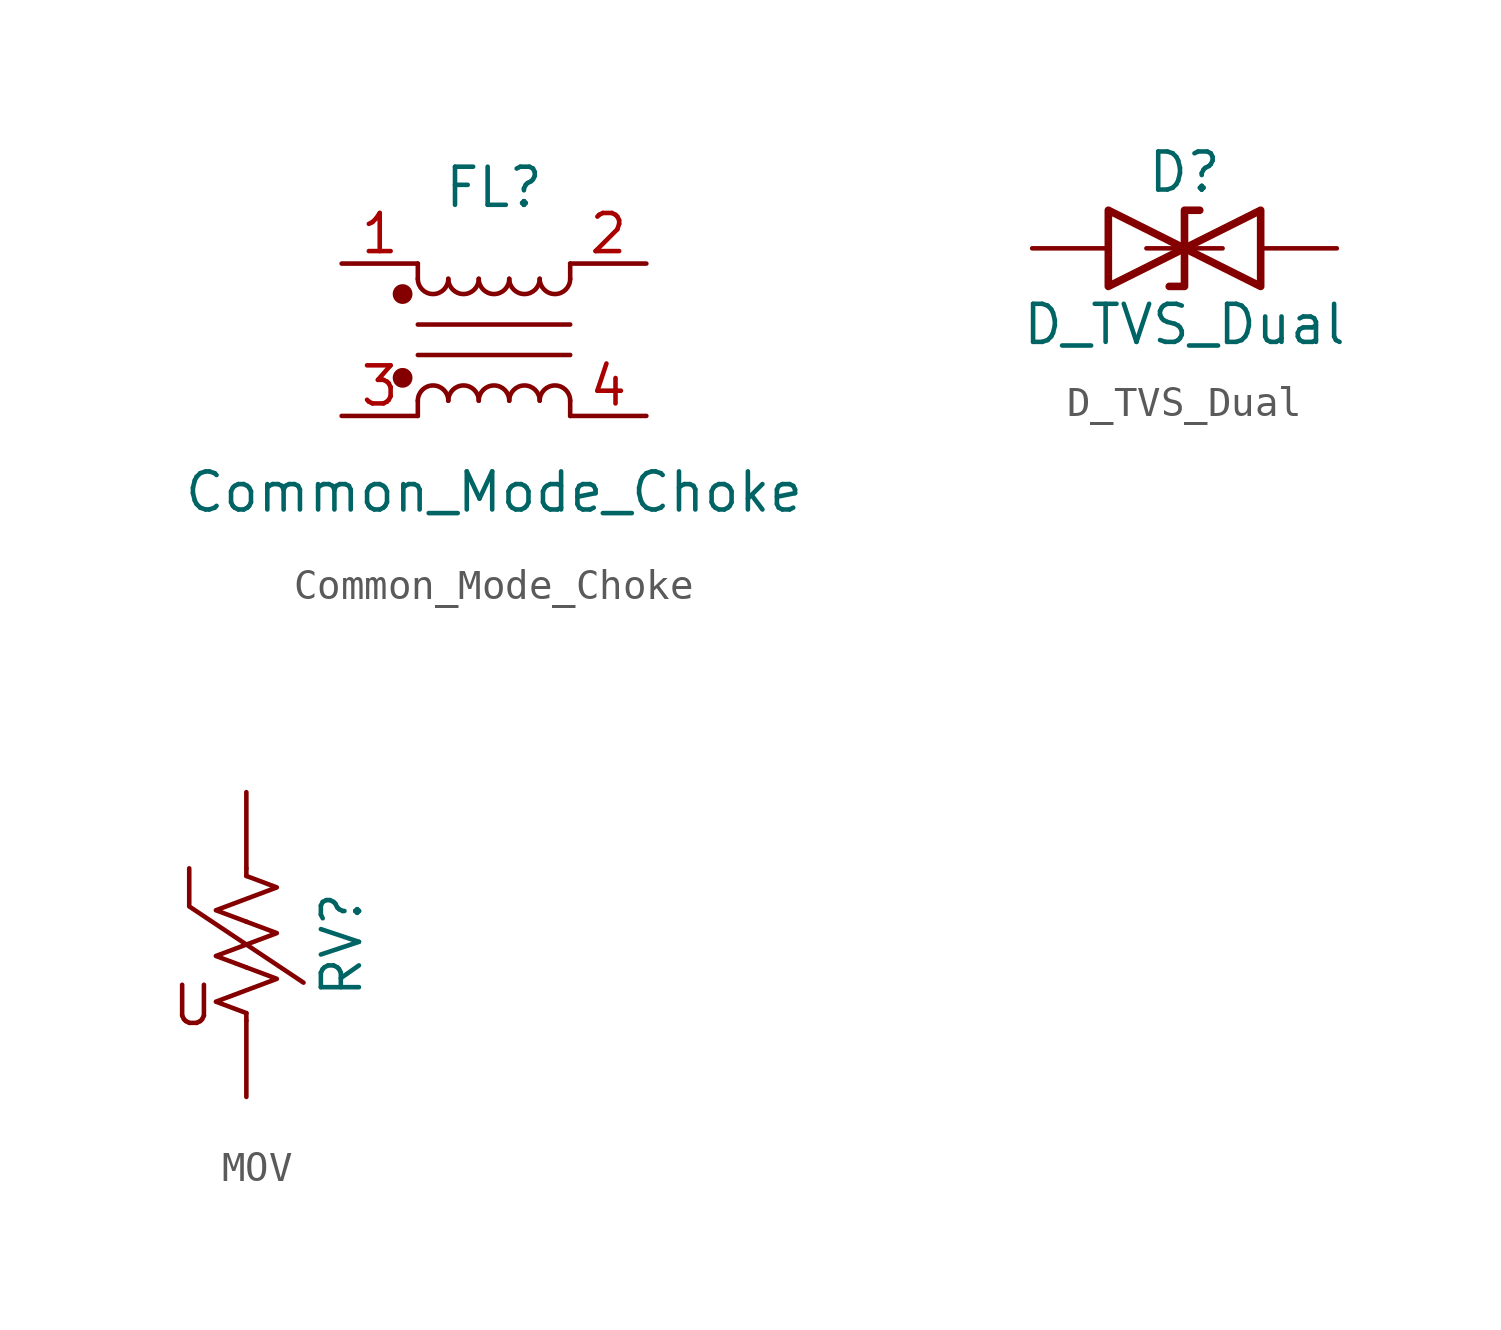
<source format=kicad_sym>
(kicad_symbol_lib
  (version 20220914)
  (generator kicad_symbol_editor)
  (symbol "Common_Mode_Choke"
    (pin_names hide)
    (property "Reference" "FL"
      (at 0 5.08 0)
      (effects (font (size 1.27 1.27))))
    (property "Value" "Common_Mode_Choke"
      (at 0 -5.08 0)
      (effects (font (size 1.27 1.27))))
    (symbol "Common_Mode_Choke_1_1"
      (circle (center -3.048 -1.27) (radius 0.254) (stroke (width 0) (type default)) (fill (type outline)))
      (circle (center -3.048 1.524) (radius 0.254) (stroke (width 0) (type default)) (fill (type outline)))
      (arc (start -2.54 2.032) (mid -2.032 1.5262) (end -1.524 2.032) (stroke (width 0) (type default)) (fill (type none)))
      (arc (start -1.524 -2.032) (mid -2.032 -1.5262) (end -2.54 -2.032) (stroke (width 0) (type default)) (fill (type none)))
      (arc (start -1.524 2.032) (mid -1.016 1.5262) (end -0.508 2.032) (stroke (width 0) (type default)) (fill (type none)))
      (arc (start -0.508 -2.032) (mid -1.016 -1.5262) (end -1.524 -2.032) (stroke (width 0) (type default)) (fill (type none)))
      (arc (start -0.508 2.032) (mid 0 1.5262) (end 0.508 2.032) (stroke (width 0) (type default)) (fill (type none)))
      (polyline (pts (xy -2.54 -2.032) (xy -2.54 -2.54)) (stroke (width 0) (type default)) (fill (type none)))
      (polyline (pts (xy -2.54 0.508) (xy 2.54 0.508)) (stroke (width 0) (type default)) (fill (type none)))
      (polyline (pts (xy -2.54 2.032) (xy -2.54 2.54)) (stroke (width 0) (type default)) (fill (type none)))
      (polyline (pts (xy 2.54 -2.032) (xy 2.54 -2.54)) (stroke (width 0) (type default)) (fill (type none)))
      (polyline (pts (xy 2.54 -0.508) (xy -2.54 -0.508)) (stroke (width 0) (type default)) (fill (type none)))
      (polyline (pts (xy 2.54 2.54) (xy 2.54 2.032)) (stroke (width 0) (type default)) (fill (type none)))
      (arc (start 0.508 -2.032) (mid 0 -1.5262) (end -0.508 -2.032) (stroke (width 0) (type default)) (fill (type none)))
      (arc (start 0.508 2.032) (mid 1.016 1.5262) (end 1.524 2.032) (stroke (width 0) (type default)) (fill (type none)))
      (arc (start 1.524 -2.032) (mid 1.016 -1.5262) (end 0.508 -2.032) (stroke (width 0) (type default)) (fill (type none)))
      (arc (start 1.524 2.032) (mid 2.032 1.5262) (end 2.54 2.032) (stroke (width 0) (type default)) (fill (type none)))
      (arc (start 2.54 -2.032) (mid 2.032 -1.5262) (end 1.524 -2.032) (stroke (width 0) (type default)) (fill (type none)))
      (pin passive line (at -5.08 2.54 0) (length 2.54) (name "1" (effects (font (size 1.27 1.27)))) (number "1" (effects (font (size 1.27 1.27)))))
      (pin passive line (at 5.08 2.54 180) (length 2.54) (name "2" (effects (font (size 1.27 1.27)))) (number "2" (effects (font (size 1.27 1.27)))))
      (pin passive line (at -5.08 -2.54 0) (length 2.54) (name "3" (effects (font (size 1.27 1.27)))) (number "3" (effects (font (size 1.27 1.27)))))
      (pin passive line (at 5.08 -2.54 180) (length 2.54) (name "4" (effects (font (size 1.27 1.27)))) (number "4" (effects (font (size 1.27 1.27)))))))
  (symbol "D_TVS_Dual"
    (pin_numbers hide)
    (pin_names
      (offset 1.016) hide)
    (property "Reference" "D"
      (at 0 2.54 0)
      (effects (font (size 1.27 1.27))))
    (property "Value" "D_TVS_Dual"
      (at 0 -2.54 0)
      (effects (font (size 1.27 1.27))))
    (symbol "D_TVS_Dual_0_1"
      (polyline (pts (xy 1.27 0) (xy -1.27 0)) (stroke (width 0) (type default)) (fill (type none)))
      (polyline (pts (xy 0.508 1.27) (xy 0 1.27) (xy 0 -1.27) (xy -0.508 -1.27)) (stroke (width 0.254) (type default)) (fill (type none)))
      (polyline (pts (xy -2.54 1.27) (xy -2.54 -1.27) (xy 2.54 1.27) (xy 2.54 -1.27) (xy -2.54 1.27)) (stroke (width 0.254) (type default)) (fill (type none))))
    (symbol "D_TVS_Dual_1_1"
      (pin passive line (at -5.08 0 0) (length 2.54) (name "A1" (effects (font (size 1.27 1.27)))) (number "1" (effects (font (size 1.27 1.27)))))
      (pin passive line (at 5.08 0 180) (length 2.54) (name "A2" (effects (font (size 1.27 1.27)))) (number "2" (effects (font (size 1.27 1.27)))))))
  (symbol "MOV"
    (pin_numbers hide)
    (pin_names
      (offset 0))
    (property "Reference" "RV"
      (at 3.175 0 90)
      (effects (font (size 1.27 1.27))))
    (property "Value" ""
      (at -3.175 0 90)
      (effects (font (size 1.27 1.27))))
    (symbol "MOV_0_0"
      (text "U" (at -1.778 -2.032 0) (effects (font (size 1.27 1.27)))))
    (symbol "MOV_0_1"
      (polyline (pts (xy 0 -2.286) (xy 0 -2.54)) (stroke (width 0) (type default)) (fill (type none)))
      (polyline (pts (xy 0 2.286) (xy 0 2.54)) (stroke (width 0) (type default)) (fill (type none)))
      (polyline (pts (xy -1.905 2.54) (xy -1.905 1.27) (xy 1.905 -1.27)) (stroke (width 0) (type default)) (fill (type none)))
      (polyline (pts (xy 0 -0.762) (xy 1.016 -1.143) (xy 0 -1.524) (xy -1.016 -1.905) (xy 0 -2.286)) (stroke (width 0) (type default)) (fill (type none)))
      (polyline (pts (xy 0 0.762) (xy 1.016 0.381) (xy 0 0) (xy -1.016 -0.381) (xy 0 -0.762)) (stroke (width 0) (type default)) (fill (type none)))
      (polyline (pts (xy 0 2.286) (xy 1.016 1.905) (xy 0 1.524) (xy -1.016 1.143) (xy 0 0.762)) (stroke (width 0) (type default)) (fill (type none))))
    (symbol "MOV_1_1"
      (pin passive line (at 0 5.08 270) (length 2.54) (name "~" (effects (font (size 1.27 1.27)))) (number "1" (effects (font (size 1.27 1.27)))))
      (pin passive line (at 0 -5.08 90) (length 2.54) (name "~" (effects (font (size 1.27 1.27)))) (number "2" (effects (font (size 1.27 1.27))))))))
</source>
